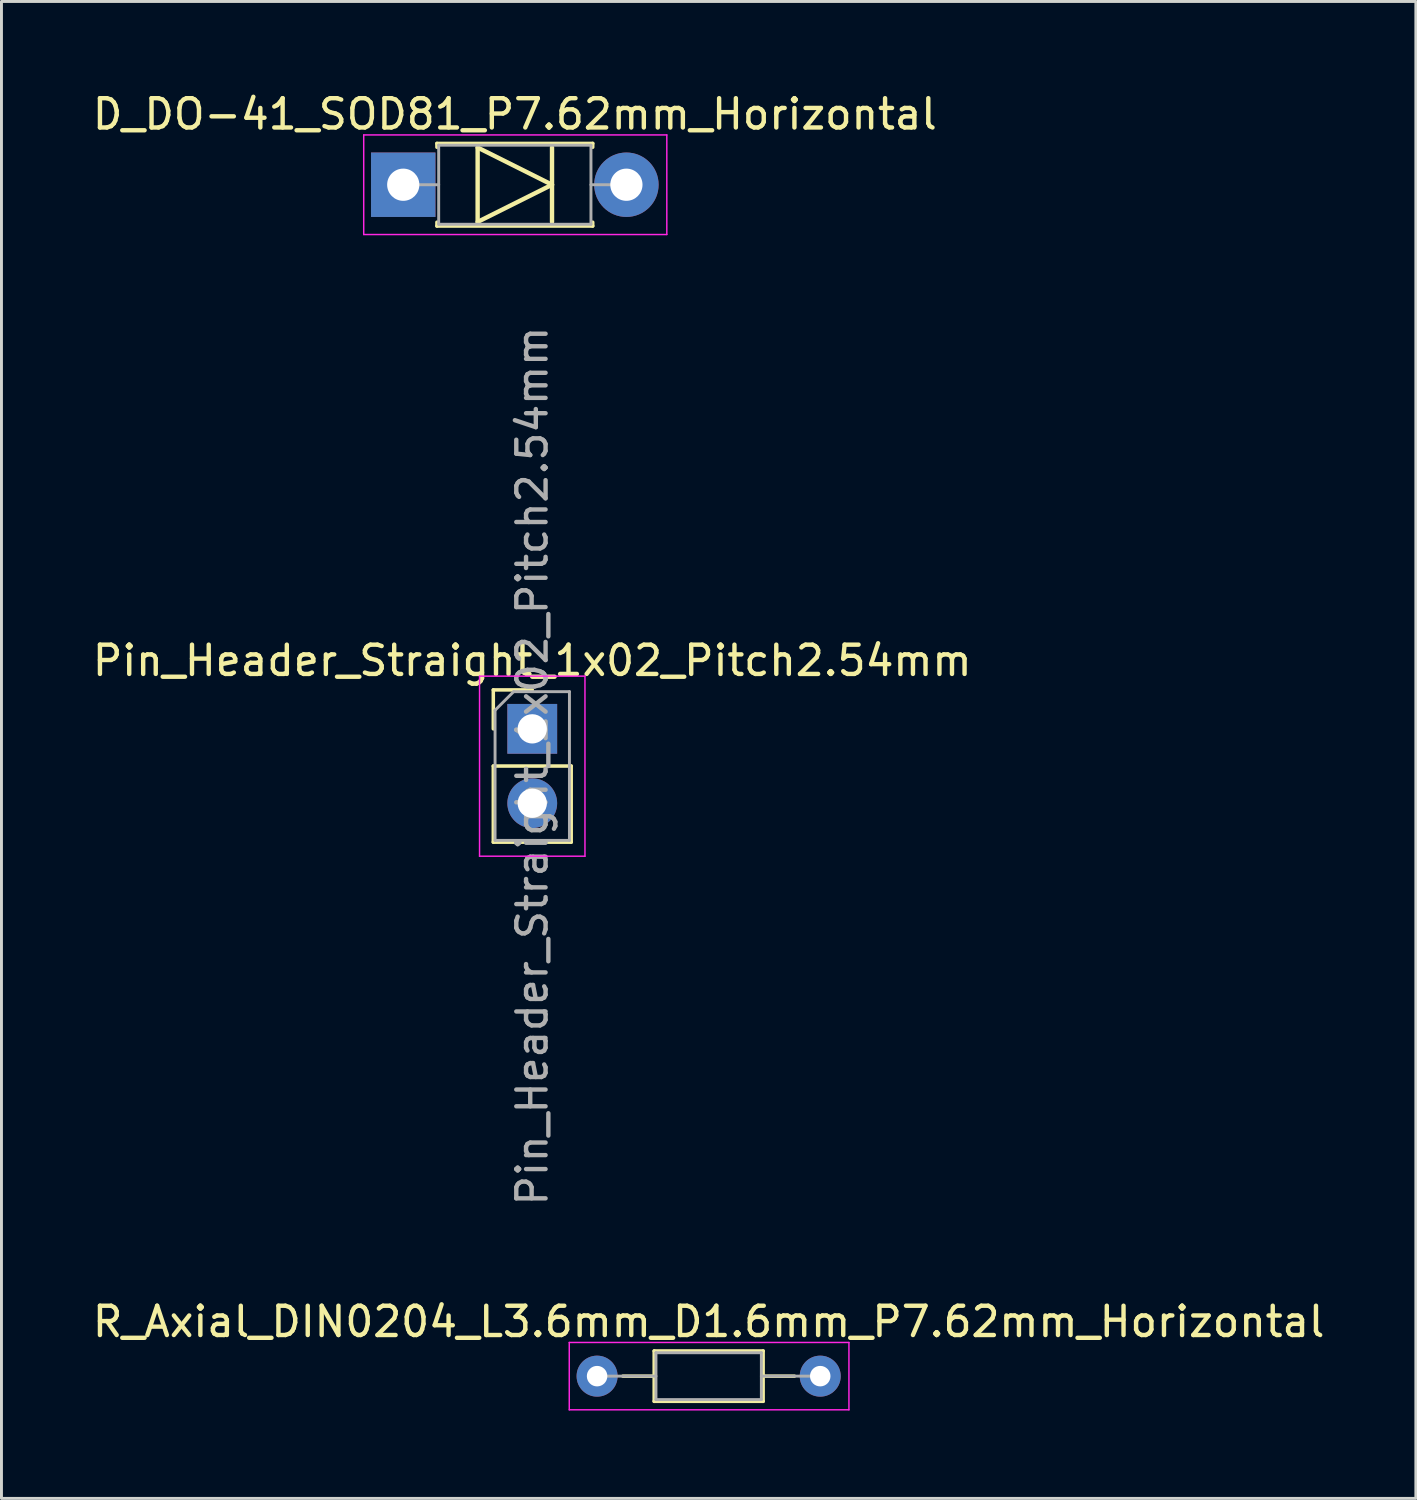
<source format=kicad_pcb>
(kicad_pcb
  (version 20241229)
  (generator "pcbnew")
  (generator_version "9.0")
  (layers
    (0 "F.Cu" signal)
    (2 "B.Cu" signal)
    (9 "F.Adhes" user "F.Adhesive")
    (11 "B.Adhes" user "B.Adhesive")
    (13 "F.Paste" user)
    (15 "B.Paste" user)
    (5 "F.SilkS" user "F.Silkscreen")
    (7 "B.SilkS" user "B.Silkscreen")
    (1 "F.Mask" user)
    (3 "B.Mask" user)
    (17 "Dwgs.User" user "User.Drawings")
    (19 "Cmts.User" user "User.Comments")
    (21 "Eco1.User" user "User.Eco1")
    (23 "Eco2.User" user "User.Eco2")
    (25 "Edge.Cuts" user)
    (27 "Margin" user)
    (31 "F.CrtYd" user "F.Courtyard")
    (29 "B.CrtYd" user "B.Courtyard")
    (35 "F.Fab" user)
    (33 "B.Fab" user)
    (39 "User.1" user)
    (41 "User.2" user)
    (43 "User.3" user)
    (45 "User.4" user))
  (footprint "R_Axial_DIN0204_L3.6mm_D1.6mm_P7.62mm_Horizontal"
    (layer "F.Cu")
    (at 17.339 43.942)
    (property "Reference" "R_Axial_DIN0204_L3.6mm_D1.6mm_P7.62mm_Horizontal" (at 3.81 -1.86 0) (layer "F.SilkS") (effects (font (size 1 1) (thickness 0.15))))
    (attr through_hole)
    (fp_line (start 0.88 0) (end 1.95 0) (stroke (width 0.12) (type solid)) (layer "F.SilkS"))
    (fp_line (start 1.95 -0.86) (end 1.95 0.86) (stroke (width 0.12) (type solid)) (layer "F.SilkS"))
    (fp_line (start 1.95 0.86) (end 5.67 0.86) (stroke (width 0.12) (type solid)) (layer "F.SilkS"))
    (fp_line (start 5.67 -0.86) (end 1.95 -0.86) (stroke (width 0.12) (type solid)) (layer "F.SilkS"))
    (fp_line (start 5.67 0.86) (end 5.67 -0.86) (stroke (width 0.12) (type solid)) (layer "F.SilkS"))
    (fp_line (start 6.74 0) (end 5.67 0) (stroke (width 0.12) (type solid)) (layer "F.SilkS"))
    (fp_line (start -0.95 -1.15) (end -0.95 1.15) (stroke (width 0.05) (type solid)) (layer "F.CrtYd"))
    (fp_line (start -0.95 1.15) (end 8.6 1.15) (stroke (width 0.05) (type solid)) (layer "F.CrtYd"))
    (fp_line (start 8.6 -1.15) (end -0.95 -1.15) (stroke (width 0.05) (type solid)) (layer "F.CrtYd"))
    (fp_line (start 8.6 1.15) (end 8.6 -1.15) (stroke (width 0.05) (type solid)) (layer "F.CrtYd"))
    (fp_line (start 0 0) (end 2.01 0) (stroke (width 0.1) (type solid)) (layer "F.Fab"))
    (fp_line (start 2.01 -0.8) (end 2.01 0.8) (stroke (width 0.1) (type solid)) (layer "F.Fab"))
    (fp_line (start 2.01 0.8) (end 5.61 0.8) (stroke (width 0.1) (type solid)) (layer "F.Fab"))
    (fp_line (start 5.61 -0.8) (end 2.01 -0.8) (stroke (width 0.1) (type solid)) (layer "F.Fab"))
    (fp_line (start 5.61 0.8) (end 5.61 -0.8) (stroke (width 0.1) (type solid)) (layer "F.Fab"))
    (fp_line (start 7.62 0) (end 5.61 0) (stroke (width 0.1) (type solid)) (layer "F.Fab"))
    (pad "1" thru_hole circle (at 0 0) (size 1.4 1.4) (drill 0.7) (layers "*.Cu" "*.Mask"))
    (pad "2" thru_hole oval (at 7.62 0) (size 1.4 1.4) (drill 0.7) (layers "*.Cu" "*.Mask")))
  (footprint "Pin_Header_Straight_1x02_Pitch2.54mm"
    (layer "F.Cu")
    (at 15.125 21.838)
    (property "Reference" "Pin_Header_Straight_1x02_Pitch2.54mm" (at 0 -2.33 0) (layer "F.SilkS") (effects (font (size 1 1) (thickness 0.15))))
    (attr through_hole)
    (fp_line (start -1.33 -1.33) (end 0 -1.33) (stroke (width 0.12) (type solid)) (layer "F.SilkS"))
    (fp_line (start -1.33 0) (end -1.33 -1.33) (stroke (width 0.12) (type solid)) (layer "F.SilkS"))
    (fp_line (start -1.33 1.27) (end -1.33 3.87) (stroke (width 0.12) (type solid)) (layer "F.SilkS"))
    (fp_line (start -1.33 1.27) (end 1.33 1.27) (stroke (width 0.12) (type solid)) (layer "F.SilkS"))
    (fp_line (start -1.33 3.87) (end 1.33 3.87) (stroke (width 0.12) (type solid)) (layer "F.SilkS"))
    (fp_line (start 1.33 1.27) (end 1.33 3.87) (stroke (width 0.12) (type solid)) (layer "F.SilkS"))
    (fp_line (start -1.8 -1.8) (end -1.8 4.35) (stroke (width 0.05) (type solid)) (layer "F.CrtYd"))
    (fp_line (start -1.8 4.35) (end 1.8 4.35) (stroke (width 0.05) (type solid)) (layer "F.CrtYd"))
    (fp_line (start 1.8 -1.8) (end -1.8 -1.8) (stroke (width 0.05) (type solid)) (layer "F.CrtYd"))
    (fp_line (start 1.8 4.35) (end 1.8 -1.8) (stroke (width 0.05) (type solid)) (layer "F.CrtYd"))
    (fp_line (start -1.27 -0.635) (end -0.635 -1.27) (stroke (width 0.1) (type solid)) (layer "F.Fab"))
    (fp_line (start -1.27 3.81) (end -1.27 -0.635) (stroke (width 0.1) (type solid)) (layer "F.Fab"))
    (fp_line (start -0.635 -1.27) (end 1.27 -1.27) (stroke (width 0.1) (type solid)) (layer "F.Fab"))
    (fp_line (start 1.27 -1.27) (end 1.27 3.81) (stroke (width 0.1) (type solid)) (layer "F.Fab"))
    (fp_line (start 1.27 3.81) (end -1.27 3.81) (stroke (width 0.1) (type solid)) (layer "F.Fab"))
    (fp_text user "${REFERENCE}" (at 0 1.27 90) (layer "F.Fab") (effects (font (size 1 1) (thickness 0.15))))
    (pad "1" thru_hole rect (at 0 0) (size 1.7 1.7) (drill 1) (layers "*.Cu" "*.Mask"))
    (pad "2" thru_hole oval (at 0 2.54) (size 1.7 1.7) (drill 1) (layers "*.Cu" "*.Mask")))
  (footprint "D_DO-41_SOD81_P7.62mm_Horizontal"
    (layer "F.Cu")
    (at 10.72 3.258)
    (property "Reference" "D_DO-41_SOD81_P7.62mm_Horizontal" (at 3.81 -2.41 0) (layer "F.SilkS") (effects (font (size 1 1) (thickness 0.15))))
    (attr through_hole)
    (fp_line (start 1.15 -1.41) (end 6.47 -1.41) (stroke (width 0.12) (type solid)) (layer "F.SilkS"))
    (fp_line (start 1.15 -1.28) (end 1.15 -1.41) (stroke (width 0.12) (type solid)) (layer "F.SilkS"))
    (fp_line (start 1.15 1.28) (end 1.15 1.41) (stroke (width 0.12) (type solid)) (layer "F.SilkS"))
    (fp_line (start 1.15 1.41) (end 6.47 1.41) (stroke (width 0.12) (type solid)) (layer "F.SilkS"))
    (fp_line (start 2.54 -1.27) (end 2.54 1.27) (stroke (width 0.15) (type solid)) (layer "F.SilkS"))
    (fp_line (start 2.54 1.27) (end 5.08 0) (stroke (width 0.15) (type solid)) (layer "F.SilkS"))
    (fp_line (start 5.08 -1.27) (end 5.08 1.27) (stroke (width 0.15) (type solid)) (layer "F.SilkS"))
    (fp_line (start 5.08 0) (end 2.54 -1.27) (stroke (width 0.15) (type solid)) (layer "F.SilkS"))
    (fp_line (start 6.47 -1.41) (end 6.47 -1.28) (stroke (width 0.12) (type solid)) (layer "F.SilkS"))
    (fp_line (start 6.47 1.41) (end 6.47 1.28) (stroke (width 0.12) (type solid)) (layer "F.SilkS"))
    (fp_line (start -1.35 -1.7) (end -1.35 1.7) (stroke (width 0.05) (type solid)) (layer "F.CrtYd"))
    (fp_line (start -1.35 1.7) (end 9 1.7) (stroke (width 0.05) (type solid)) (layer "F.CrtYd"))
    (fp_line (start 9 -1.7) (end -1.35 -1.7) (stroke (width 0.05) (type solid)) (layer "F.CrtYd"))
    (fp_line (start 9 1.7) (end 9 -1.7) (stroke (width 0.05) (type solid)) (layer "F.CrtYd"))
    (fp_line (start 0 0) (end 1.21 0) (stroke (width 0.1) (type solid)) (layer "F.Fab"))
    (fp_line (start 1.21 -1.35) (end 1.21 1.35) (stroke (width 0.1) (type solid)) (layer "F.Fab"))
    (fp_line (start 1.21 1.35) (end 6.41 1.35) (stroke (width 0.1) (type solid)) (layer "F.Fab"))
    (fp_line (start 6.41 -1.35) (end 1.21 -1.35) (stroke (width 0.1) (type solid)) (layer "F.Fab"))
    (fp_line (start 6.41 1.35) (end 6.41 -1.35) (stroke (width 0.1) (type solid)) (layer "F.Fab"))
    (fp_line (start 7.62 0) (end 6.41 0) (stroke (width 0.1) (type solid)) (layer "F.Fab"))
    (pad "1" thru_hole rect (at 0 0) (size 2.2 2.2) (drill 1.1) (layers "*.Cu" "*.Mask"))
    (pad "2" thru_hole oval (at 7.62 0) (size 2.2 2.2) (drill 1.1) (layers "*.Cu" "*.Mask")))
  (gr_rect
    (start -3 -3)
    (end 45.298 48.117)
    (stroke (width 0.1) (type default))
    (fill no)
    (layer "Edge.Cuts")))
</source>
